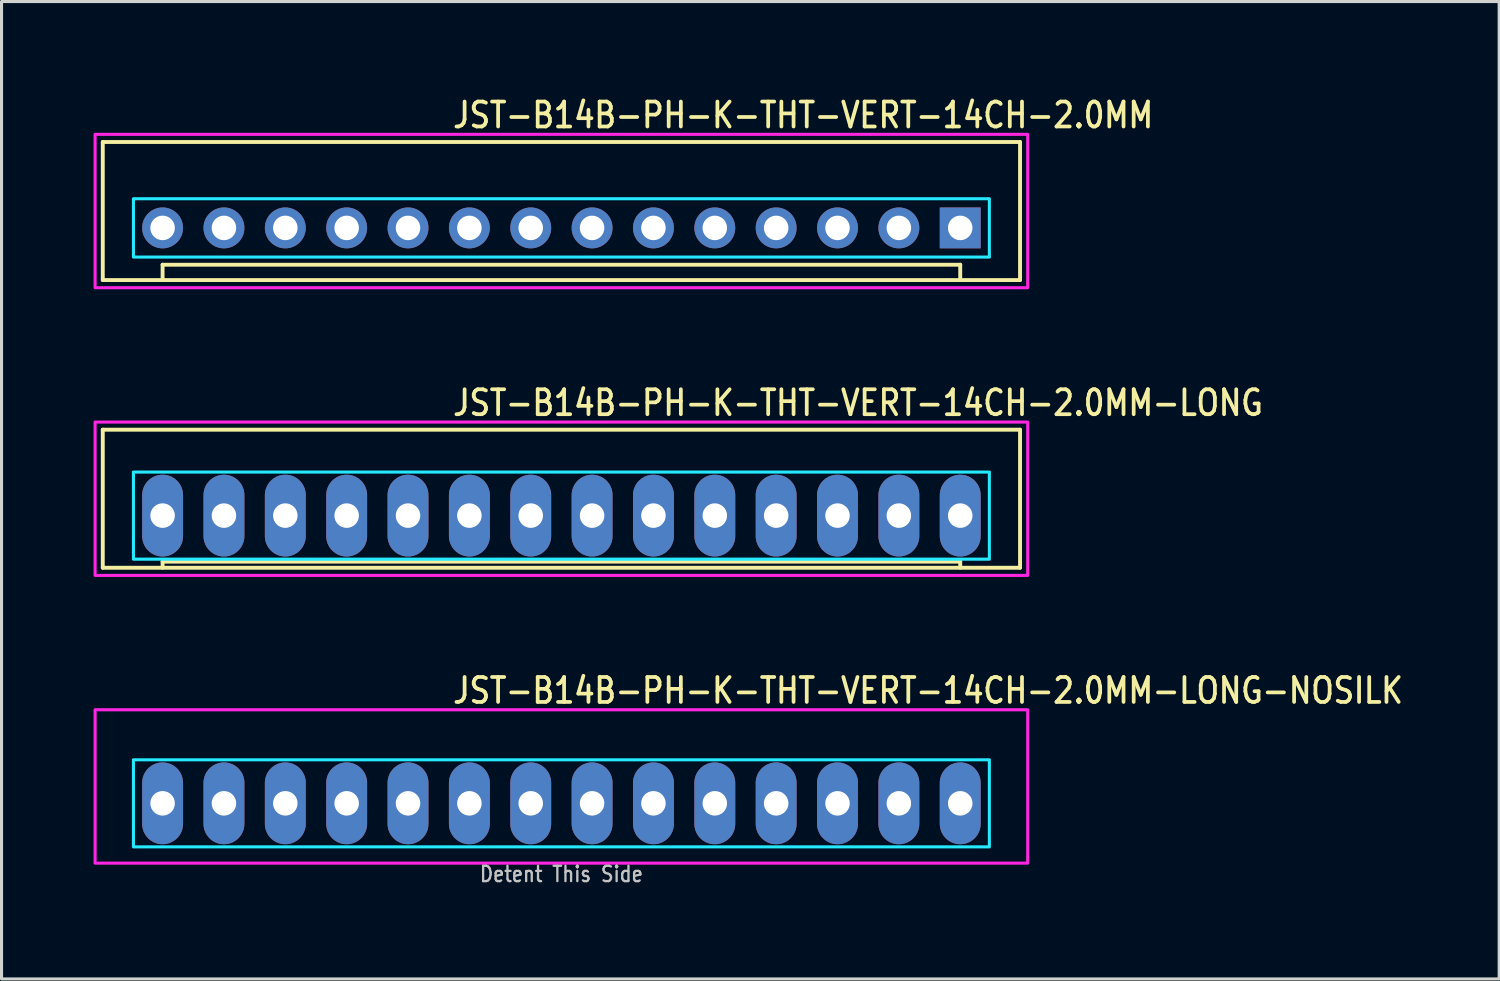
<source format=kicad_pcb>
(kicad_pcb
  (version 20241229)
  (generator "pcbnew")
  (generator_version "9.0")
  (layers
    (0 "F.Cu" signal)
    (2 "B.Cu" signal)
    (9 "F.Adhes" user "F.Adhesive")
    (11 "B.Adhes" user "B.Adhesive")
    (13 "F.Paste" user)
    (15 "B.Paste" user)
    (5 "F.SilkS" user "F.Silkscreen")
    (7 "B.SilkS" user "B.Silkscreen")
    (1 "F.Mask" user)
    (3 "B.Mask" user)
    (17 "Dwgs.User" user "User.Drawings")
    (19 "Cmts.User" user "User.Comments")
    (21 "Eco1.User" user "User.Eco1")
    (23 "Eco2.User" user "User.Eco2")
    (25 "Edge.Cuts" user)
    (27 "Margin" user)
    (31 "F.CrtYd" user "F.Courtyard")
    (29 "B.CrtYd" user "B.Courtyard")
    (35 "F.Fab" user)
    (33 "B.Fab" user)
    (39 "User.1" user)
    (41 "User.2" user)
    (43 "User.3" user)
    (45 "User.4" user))
  (footprint "JST-B14B-PH-K-THT-VERT-14CH-2.0MM"
    (layer "F.Cu")
    (at 15.25 4.379)
    (property "Reference" "JST-B14B-PH-K-THT-VERT-14CH-2.0MM" (at -3.6 -3.2 0) (unlocked yes) (layer "F.SilkS") (effects (font (size 0.813 0.695) (thickness 0.122)) (justify left bottom)))
    (fp_line (start -14.95 -2.8) (end -14.95 1.7) (stroke (width 0.127) (type solid)) (layer "F.SilkS"))
    (fp_line (start -14.95 -2.8) (end 14.95 -2.8) (stroke (width 0.127) (type solid)) (layer "F.SilkS"))
    (fp_line (start -14.95 1.7) (end 14.95 1.7) (stroke (width 0.127) (type solid)) (layer "F.SilkS"))
    (fp_line (start -13 1.7) (end -13 1.2) (stroke (width 0.127) (type solid)) (layer "F.SilkS"))
    (fp_line (start 13 1.2) (end -13 1.2) (stroke (width 0.127) (type solid)) (layer "F.SilkS"))
    (fp_line (start 13 1.7) (end 13 1.2) (stroke (width 0.127) (type solid)) (layer "F.SilkS"))
    (fp_line (start 14.95 1.7) (end 14.95 -2.8) (stroke (width 0.127) (type solid)) (layer "F.SilkS"))
    (fp_poly (pts (xy -13.95 -0.95) (xy -13.95 0.95) (xy 13.95 0.95) (xy 13.95 -0.95)) (stroke (width 0.1) (type solid)) (fill no) (layer "B.CrtYd"))
    (fp_poly (pts (xy -15.2 1.95) (xy -15.2 -3.05) (xy 15.2 -3.05) (xy 15.2 1.95)) (stroke (width 0.1) (type solid)) (fill no) (layer "F.CrtYd"))
    (pad "P$1" thru_hole rect (at 13 0) (size 1.333 1.333) (drill 0.8) (layers "*.Cu" "*.Mask"))
    (pad "P$2" thru_hole oval (at 11 0) (size 1.333 1.333) (drill 0.8) (layers "*.Cu" "*.Mask"))
    (pad "P$3" thru_hole oval (at 9 0) (size 1.333 1.333) (drill 0.8) (layers "*.Cu" "*.Mask"))
    (pad "P$4" thru_hole oval (at 7 0) (size 1.333 1.333) (drill 0.8) (layers "*.Cu" "*.Mask"))
    (pad "P$5" thru_hole oval (at 5 0) (size 1.333 1.333) (drill 0.8) (layers "*.Cu" "*.Mask"))
    (pad "P$6" thru_hole oval (at 3 0) (size 1.333 1.333) (drill 0.8) (layers "*.Cu" "*.Mask"))
    (pad "P$7" thru_hole oval (at 1 0) (size 1.333 1.333) (drill 0.8) (layers "*.Cu" "*.Mask"))
    (pad "P$8" thru_hole oval (at -1 0) (size 1.333 1.333) (drill 0.8) (layers "*.Cu" "*.Mask"))
    (pad "P$9" thru_hole oval (at -3 0) (size 1.333 1.333) (drill 0.8) (layers "*.Cu" "*.Mask"))
    (pad "P$10" thru_hole oval (at -5 0) (size 1.333 1.333) (drill 0.8) (layers "*.Cu" "*.Mask"))
    (pad "P$11" thru_hole oval (at -7 0) (size 1.333 1.333) (drill 0.8) (layers "*.Cu" "*.Mask"))
    (pad "P$12" thru_hole oval (at -9 0) (size 1.333 1.333) (drill 0.8) (layers "*.Cu" "*.Mask"))
    (pad "P$13" thru_hole oval (at -11 0) (size 1.333 1.333) (drill 0.8) (layers "*.Cu" "*.Mask"))
    (pad "P$14" thru_hole oval (at -13 0) (size 1.333 1.333) (drill 0.8) (layers "*.Cu" "*.Mask")))
  (footprint "JST-B14B-PH-K-THT-VERT-14CH-2.0MM-LONG"
    (layer "F.Cu")
    (at 15.25 13.757)
    (property "Reference" "JST-B14B-PH-K-THT-VERT-14CH-2.0MM-LONG" (at -3.6 -3.2 0) (unlocked yes) (layer "F.SilkS") (effects (font (size 0.813 0.695) (thickness 0.122)) (justify left bottom)))
    (fp_line (start -14.95 -2.8) (end -14.95 1.7) (stroke (width 0.127) (type solid)) (layer "F.SilkS"))
    (fp_line (start -14.95 -2.8) (end 14.95 -2.8) (stroke (width 0.127) (type solid)) (layer "F.SilkS"))
    (fp_line (start -14.95 1.7) (end 14.95 1.7) (stroke (width 0.127) (type solid)) (layer "F.SilkS"))
    (fp_line (start -13 1.7) (end -13 1.5) (stroke (width 0.127) (type solid)) (layer "F.SilkS"))
    (fp_line (start 13 1.5) (end -13 1.5) (stroke (width 0.127) (type solid)) (layer "F.SilkS"))
    (fp_line (start 13 1.7) (end 13 1.5) (stroke (width 0.127) (type solid)) (layer "F.SilkS"))
    (fp_line (start 14.95 1.7) (end 14.95 -2.8) (stroke (width 0.127) (type solid)) (layer "F.SilkS"))
    (fp_poly (pts (xy -13.95 -1.42) (xy -13.95 1.42) (xy 13.95 1.42) (xy 13.95 -1.42)) (stroke (width 0.1) (type solid)) (fill no) (layer "B.CrtYd"))
    (fp_poly (pts (xy -15.2 1.95) (xy -15.2 -3.05) (xy 15.2 -3.05) (xy 15.2 1.95)) (stroke (width 0.1) (type solid)) (fill no) (layer "F.CrtYd"))
    (pad "P$1" thru_hole oval (at 13 0 90) (size 2.667 1.333) (drill 0.8) (layers "*.Cu" "*.Mask"))
    (pad "P$2" thru_hole oval (at 11 0 90) (size 2.667 1.333) (drill 0.8) (layers "*.Cu" "*.Mask"))
    (pad "P$3" thru_hole oval (at 9 0 90) (size 2.667 1.333) (drill 0.8) (layers "*.Cu" "*.Mask"))
    (pad "P$4" thru_hole oval (at 7 0 90) (size 2.667 1.333) (drill 0.8) (layers "*.Cu" "*.Mask"))
    (pad "P$5" thru_hole oval (at 5 0 90) (size 2.667 1.333) (drill 0.8) (layers "*.Cu" "*.Mask"))
    (pad "P$6" thru_hole oval (at 3 0 90) (size 2.667 1.333) (drill 0.8) (layers "*.Cu" "*.Mask"))
    (pad "P$7" thru_hole oval (at 1 0 90) (size 2.667 1.333) (drill 0.8) (layers "*.Cu" "*.Mask"))
    (pad "P$8" thru_hole oval (at -1 0 90) (size 2.667 1.333) (drill 0.8) (layers "*.Cu" "*.Mask"))
    (pad "P$9" thru_hole oval (at -3 0 90) (size 2.667 1.333) (drill 0.8) (layers "*.Cu" "*.Mask"))
    (pad "P$10" thru_hole oval (at -5 0 90) (size 2.667 1.333) (drill 0.8) (layers "*.Cu" "*.Mask"))
    (pad "P$11" thru_hole oval (at -7 0 90) (size 2.667 1.333) (drill 0.8) (layers "*.Cu" "*.Mask"))
    (pad "P$12" thru_hole oval (at -9 0 90) (size 2.667 1.333) (drill 0.8) (layers "*.Cu" "*.Mask"))
    (pad "P$13" thru_hole oval (at -11 0 90) (size 2.667 1.333) (drill 0.8) (layers "*.Cu" "*.Mask"))
    (pad "P$14" thru_hole oval (at -13 0 90) (size 2.667 1.333) (drill 0.8) (layers "*.Cu" "*.Mask")))
  (footprint "JST-B14B-PH-K-THT-VERT-14CH-2.0MM-LONG-NOSILK"
    (layer "F.Cu")
    (at 15.25 23.136)
    (property "Reference" "JST-B14B-PH-K-THT-VERT-14CH-2.0MM-LONG-NOSILK" (at -3.6 -3.2 0) (unlocked yes) (layer "F.SilkS") (effects (font (size 0.813 0.695) (thickness 0.122)) (justify left bottom)))
    (fp_poly (pts (xy -13.95 -1.42) (xy -13.95 1.42) (xy 13.95 1.42) (xy 13.95 -1.42)) (stroke (width 0.1) (type solid)) (fill no) (layer "B.CrtYd"))
    (fp_poly (pts (xy -15.2 1.95) (xy -15.2 -3.05) (xy 15.2 -3.05) (xy 15.2 1.95)) (stroke (width 0.1) (type solid)) (fill no) (layer "F.CrtYd"))
    (fp_text user "Detent This Side" (at 0 2.6 0) (unlocked yes) (layer "Dwgs.User") (effects (font (size 0.5 0.427) (thickness 0.075)) (justify bottom)))
    (pad "P$1" thru_hole oval (at 13 0 90) (size 2.667 1.333) (drill 0.8) (layers "*.Cu" "*.Mask"))
    (pad "P$2" thru_hole oval (at 11 0 90) (size 2.667 1.333) (drill 0.8) (layers "*.Cu" "*.Mask"))
    (pad "P$3" thru_hole oval (at 9 0 90) (size 2.667 1.333) (drill 0.8) (layers "*.Cu" "*.Mask"))
    (pad "P$4" thru_hole oval (at 7 0 90) (size 2.667 1.333) (drill 0.8) (layers "*.Cu" "*.Mask"))
    (pad "P$5" thru_hole oval (at 5 0 90) (size 2.667 1.333) (drill 0.8) (layers "*.Cu" "*.Mask"))
    (pad "P$6" thru_hole oval (at 3 0 90) (size 2.667 1.333) (drill 0.8) (layers "*.Cu" "*.Mask"))
    (pad "P$7" thru_hole oval (at 1 0 90) (size 2.667 1.333) (drill 0.8) (layers "*.Cu" "*.Mask"))
    (pad "P$8" thru_hole oval (at -1 0 90) (size 2.667 1.333) (drill 0.8) (layers "*.Cu" "*.Mask"))
    (pad "P$9" thru_hole oval (at -3 0 90) (size 2.667 1.333) (drill 0.8) (layers "*.Cu" "*.Mask"))
    (pad "P$10" thru_hole oval (at -5 0 90) (size 2.667 1.333) (drill 0.8) (layers "*.Cu" "*.Mask"))
    (pad "P$11" thru_hole oval (at -7 0 90) (size 2.667 1.333) (drill 0.8) (layers "*.Cu" "*.Mask"))
    (pad "P$12" thru_hole oval (at -9 0 90) (size 2.667 1.333) (drill 0.8) (layers "*.Cu" "*.Mask"))
    (pad "P$13" thru_hole oval (at -11 0 90) (size 2.667 1.333) (drill 0.8) (layers "*.Cu" "*.Mask"))
    (pad "P$14" thru_hole oval (at -13 0 90) (size 2.667 1.333) (drill 0.8) (layers "*.Cu" "*.Mask")))
  (gr_rect
    (start -3 -3)
    (end 45.818 28.859)
    (stroke (width 0.1) (type default))
    (fill no)
    (layer "Edge.Cuts")))
</source>
